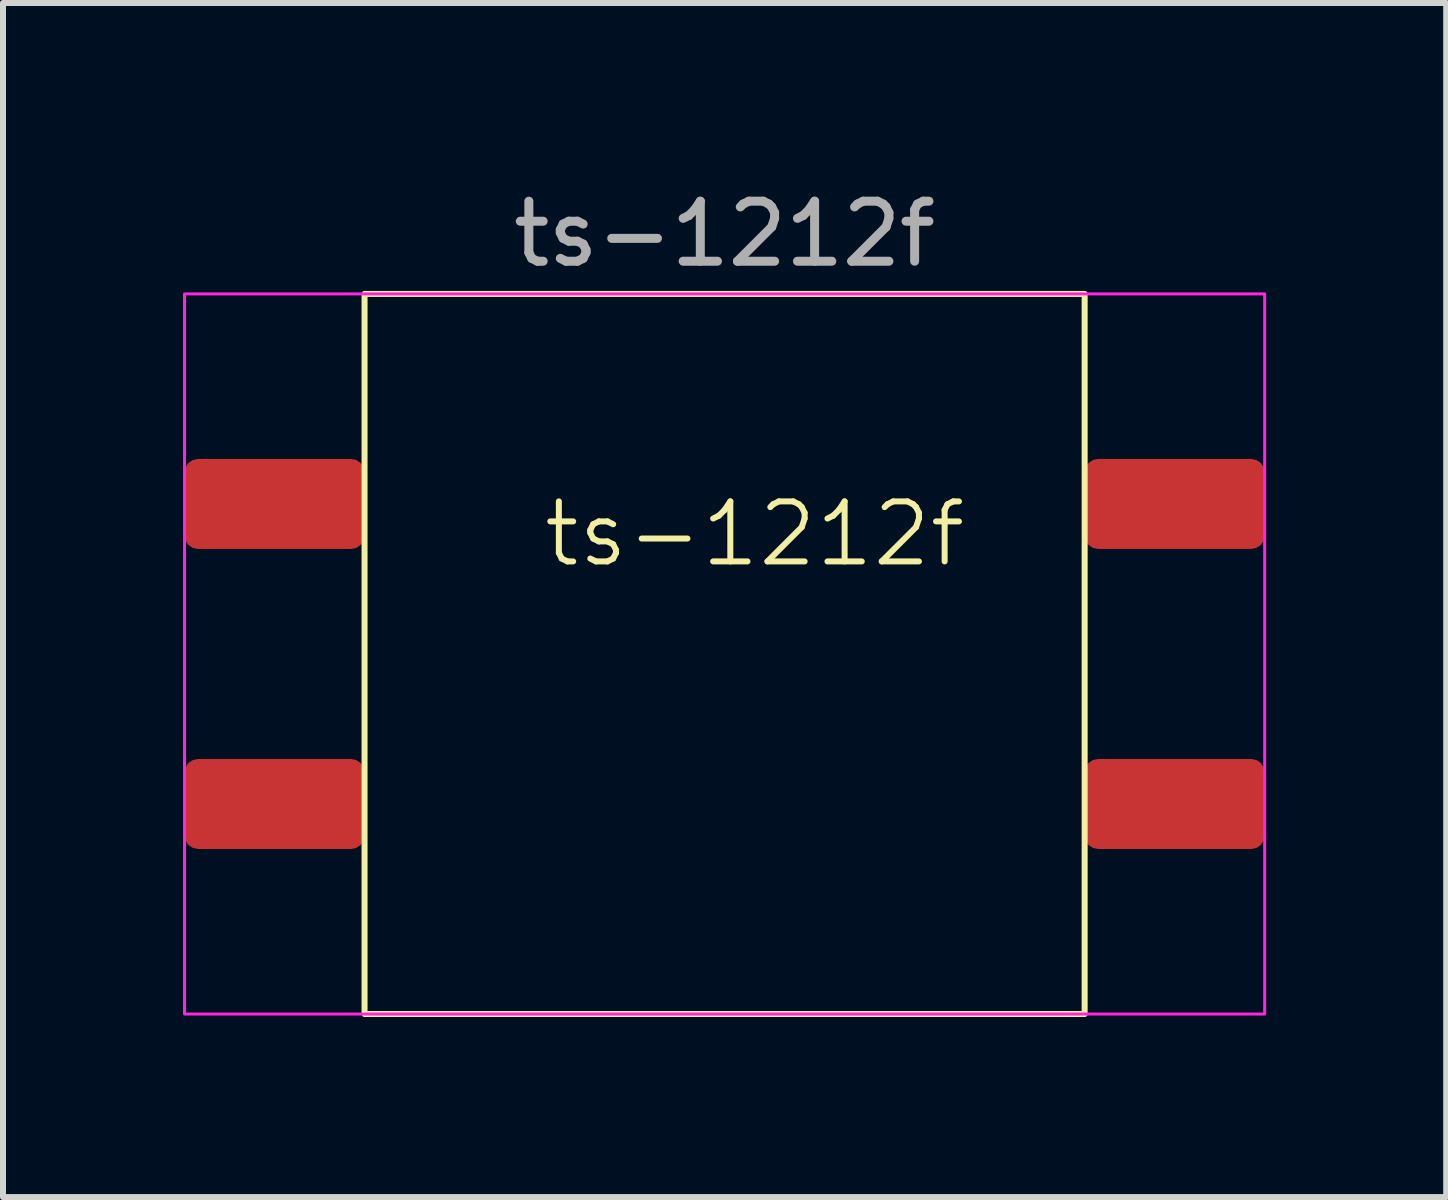
<source format=kicad_pcb>
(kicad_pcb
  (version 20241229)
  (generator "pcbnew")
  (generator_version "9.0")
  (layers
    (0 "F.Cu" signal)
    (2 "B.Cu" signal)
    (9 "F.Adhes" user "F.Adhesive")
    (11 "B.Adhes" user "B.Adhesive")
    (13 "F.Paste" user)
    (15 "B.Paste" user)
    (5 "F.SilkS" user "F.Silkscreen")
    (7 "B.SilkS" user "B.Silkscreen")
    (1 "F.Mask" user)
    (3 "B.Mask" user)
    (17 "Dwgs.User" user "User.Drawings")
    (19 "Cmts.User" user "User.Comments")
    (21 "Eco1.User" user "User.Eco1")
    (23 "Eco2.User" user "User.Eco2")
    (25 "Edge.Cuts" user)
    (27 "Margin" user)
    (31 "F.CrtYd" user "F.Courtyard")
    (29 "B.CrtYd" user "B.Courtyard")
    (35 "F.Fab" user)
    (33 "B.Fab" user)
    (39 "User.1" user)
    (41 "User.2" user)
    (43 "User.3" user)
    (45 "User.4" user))
  (footprint "ts-1212f"
    (layer "F.Cu")
    (at 1.525 5.348)
    (property "Reference" "ts-1212f" (at 8 0.5 0) (unlocked yes) (layer "F.SilkS") (effects (font (size 1 1) (thickness 0.1))))
    (attr smd)
    (fp_rect (start 1.5 -3.5) (end 13.5 8.5) (stroke (width 0.1) (type solid)) (fill no) (layer "F.SilkS"))
    (fp_rect (start -1.5 -3.5) (end 16.5 8.5) (stroke (width 0.05) (type default)) (fill no) (layer "F.CrtYd"))
    (fp_text user "${REFERENCE}" (at 7.5 -4.5 0) (unlocked yes) (layer "F.Fab") (effects (font (size 1 1) (thickness 0.15))))
    (pad "1" smd roundrect (at 0 0) (size 3 1.5) (layers "F.Cu" "F.Mask" "F.Paste") (roundrect_rratio 0.15))
    (pad "2" smd roundrect (at 15 0) (size 3 1.5) (layers "F.Cu" "F.Mask" "F.Paste") (roundrect_rratio 0.15))
    (pad "3" smd roundrect (at 0 5) (size 3 1.5) (layers "F.Cu" "F.Mask" "F.Paste") (roundrect_rratio 0.15))
    (pad "4" smd roundrect (at 15 5) (size 3 1.5) (layers "F.Cu" "F.Mask" "F.Paste") (roundrect_rratio 0.15)))
  (gr_rect
    (start -3 -3)
    (end 21.05 16.898)
    (stroke (width 0.1) (type default))
    (fill no)
    (layer "Edge.Cuts")))
</source>
